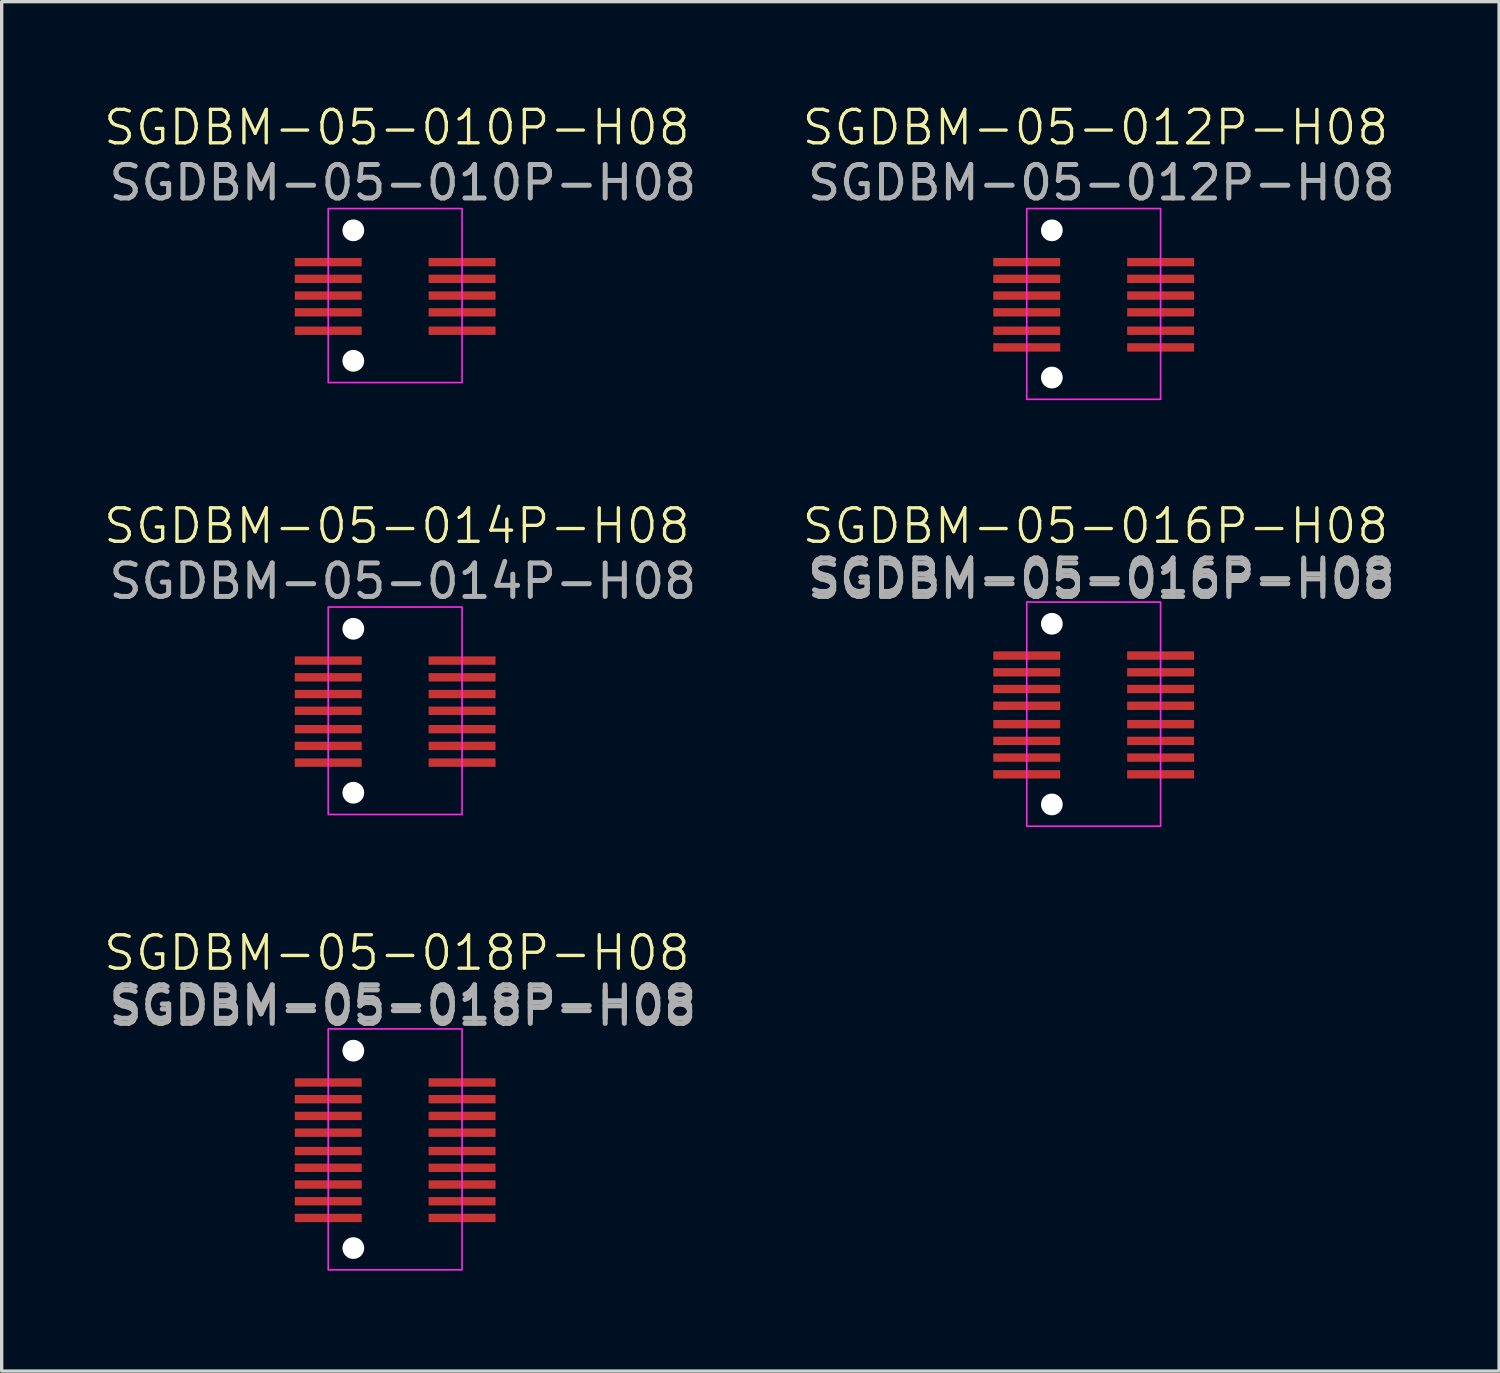
<source format=kicad_pcb>
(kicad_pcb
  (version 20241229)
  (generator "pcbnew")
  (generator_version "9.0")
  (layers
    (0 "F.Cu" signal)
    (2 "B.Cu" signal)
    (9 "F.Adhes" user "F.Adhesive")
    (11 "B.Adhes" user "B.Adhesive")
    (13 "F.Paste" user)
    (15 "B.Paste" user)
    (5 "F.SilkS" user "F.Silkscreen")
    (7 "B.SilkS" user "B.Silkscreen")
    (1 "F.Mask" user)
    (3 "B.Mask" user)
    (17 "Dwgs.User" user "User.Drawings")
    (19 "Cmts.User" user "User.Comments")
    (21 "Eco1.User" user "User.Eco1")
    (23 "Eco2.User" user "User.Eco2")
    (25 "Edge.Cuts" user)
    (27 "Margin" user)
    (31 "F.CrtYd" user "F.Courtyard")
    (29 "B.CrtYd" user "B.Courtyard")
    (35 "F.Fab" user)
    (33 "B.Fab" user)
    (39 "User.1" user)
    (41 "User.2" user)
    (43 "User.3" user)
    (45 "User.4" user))
  (footprint "SGDBM-05-010P-H08"
    (layer "F.Cu")
    (at 6.76 3.184)
    (property "Reference" "SGDBM-05-010P-H08" (at 2.052 -2.423 0) (unlocked yes) (layer "F.SilkS") (effects (font (size 1 1) (thickness 0.1))))
    (attr smd)
    (fp_rect (start 0 0) (end 4 5.2) (stroke (width 0.05) (type default)) (fill no) (layer "F.CrtYd"))
    (fp_text user "${REFERENCE}" (at 2.23 -0.772 0) (unlocked yes) (layer "F.Fab") (effects (font (size 1 1) (thickness 0.15))))
    (pad "" np_thru_hole circle (at 0.75 0.65) (size 0.65 0.65) (drill 0.65) (layers "*.Cu" "*.Mask"))
    (pad "" np_thru_hole circle (at 0.75 4.55) (size 0.65 0.65) (drill 0.65) (layers "*.Cu" "*.Mask"))
    (pad "1" smd rect (at 0 1.6 90) (size 0.25 2) (layers "F.Cu" "F.Mask" "F.Paste"))
    (pad "2" smd rect (at 4 1.6 90) (size 0.25 2) (layers "F.Cu" "F.Mask" "F.Paste"))
    (pad "3" smd rect (at 0 2.1 90) (size 0.25 2) (layers "F.Cu" "F.Mask" "F.Paste"))
    (pad "4" smd rect (at 4 2.1 90) (size 0.25 2) (layers "F.Cu" "F.Mask" "F.Paste"))
    (pad "5" smd rect (at 0 2.6 90) (size 0.25 2) (layers "F.Cu" "F.Mask" "F.Paste"))
    (pad "6" smd rect (at 4 2.6 90) (size 0.25 2) (layers "F.Cu" "F.Mask" "F.Paste"))
    (pad "7" smd rect (at 0 3.1 90) (size 0.25 2) (layers "F.Cu" "F.Mask" "F.Paste"))
    (pad "8" smd rect (at 4 3.1 90) (size 0.25 2) (layers "F.Cu" "F.Mask" "F.Paste"))
    (pad "9" smd rect (at 0 3.65 90) (size 0.25 2) (layers "F.Cu" "F.Mask" "F.Paste"))
    (pad "10" smd rect (at 4 3.65 90) (size 0.25 2) (layers "F.Cu" "F.Mask" "F.Paste")))
  (footprint "SGDBM-05-018P-H08"
    (layer "F.Cu")
    (at 6.76 27.702)
    (property "Reference" "SGDBM-05-018P-H08" (at 2.052 -2.273 0) (unlocked yes) (layer "F.SilkS") (effects (font (size 1 1) (thickness 0.1))))
    (attr smd)
    (fp_rect (start 0 0) (end 4 7.2) (stroke (width 0.05) (type default)) (fill no) (layer "F.CrtYd"))
    (fp_text user "${REFERENCE}" (at 2.23 -0.622 0) (unlocked yes) (layer "F.Fab") (effects (font (size 1 1) (thickness 0.15))))
    (fp_text user "${REFERENCE}" (at 2.23 -0.772 0) (unlocked yes) (layer "F.Fab") (effects (font (size 1 1) (thickness 0.15))))
    (pad "" np_thru_hole circle (at 0.75 0.65) (size 0.65 0.65) (drill 0.65) (layers "*.Cu" "*.Mask"))
    (pad "" np_thru_hole circle (at 0.75 6.55) (size 0.65 0.65) (drill 0.65) (layers "*.Cu" "*.Mask"))
    (pad "1" smd rect (at 0 1.6 90) (size 0.25 2) (layers "F.Cu" "F.Mask" "F.Paste"))
    (pad "2" smd rect (at 4 1.6 90) (size 0.25 2) (layers "F.Cu" "F.Mask" "F.Paste"))
    (pad "3" smd rect (at 0 2.1 90) (size 0.25 2) (layers "F.Cu" "F.Mask" "F.Paste"))
    (pad "4" smd rect (at 4 2.1 90) (size 0.25 2) (layers "F.Cu" "F.Mask" "F.Paste"))
    (pad "5" smd rect (at 0 2.6 90) (size 0.25 2) (layers "F.Cu" "F.Mask" "F.Paste"))
    (pad "6" smd rect (at 4 2.6 90) (size 0.25 2) (layers "F.Cu" "F.Mask" "F.Paste"))
    (pad "7" smd rect (at 0 3.1 90) (size 0.25 2) (layers "F.Cu" "F.Mask" "F.Paste"))
    (pad "8" smd rect (at 4 3.1 90) (size 0.25 2) (layers "F.Cu" "F.Mask" "F.Paste"))
    (pad "9" smd rect (at 0 3.65 90) (size 0.25 2) (layers "F.Cu" "F.Mask" "F.Paste"))
    (pad "10" smd rect (at 4 3.65 90) (size 0.25 2) (layers "F.Cu" "F.Mask" "F.Paste"))
    (pad "11" smd rect (at 0 4.15 90) (size 0.25 2) (layers "F.Cu" "F.Mask" "F.Paste"))
    (pad "12" smd rect (at 4 4.15 90) (size 0.25 2) (layers "F.Cu" "F.Mask" "F.Paste"))
    (pad "13" smd rect (at 0 4.65 90) (size 0.25 2) (layers "F.Cu" "F.Mask" "F.Paste"))
    (pad "14" smd rect (at 4 4.65 90) (size 0.25 2) (layers "F.Cu" "F.Mask" "F.Paste"))
    (pad "15" smd rect (at 0 5.15 90) (size 0.25 2) (layers "F.Cu" "F.Mask" "F.Paste"))
    (pad "16" smd rect (at 4 5.15 90) (size 0.25 2) (layers "F.Cu" "F.Mask" "F.Paste"))
    (pad "17" smd rect (at 0 5.65 90) (size 0.25 2) (layers "F.Cu" "F.Mask" "F.Paste"))
    (pad "18" smd rect (at 4 5.65 90) (size 0.25 2) (layers "F.Cu" "F.Mask" "F.Paste")))
  (footprint "SGDBM-05-012P-H08"
    (layer "F.Cu")
    (at 27.637 3.184)
    (property "Reference" "SGDBM-05-012P-H08" (at 2.052 -2.423 0) (unlocked yes) (layer "F.SilkS") (effects (font (size 1 1) (thickness 0.1))))
    (attr smd)
    (fp_rect (start 0 0) (end 4 5.7) (stroke (width 0.05) (type default)) (fill no) (layer "F.CrtYd"))
    (fp_text user "${REFERENCE}" (at 2.23 -0.772 0) (unlocked yes) (layer "F.Fab") (effects (font (size 1 1) (thickness 0.15))))
    (pad "" np_thru_hole circle (at 0.75 0.65) (size 0.65 0.65) (drill 0.65) (layers "*.Cu" "*.Mask"))
    (pad "" np_thru_hole circle (at 0.75 5.05) (size 0.65 0.65) (drill 0.65) (layers "*.Cu" "*.Mask"))
    (pad "1" smd rect (at 0 1.6 90) (size 0.25 2) (layers "F.Cu" "F.Mask" "F.Paste"))
    (pad "2" smd rect (at 4 1.6 90) (size 0.25 2) (layers "F.Cu" "F.Mask" "F.Paste"))
    (pad "3" smd rect (at 0 2.1 90) (size 0.25 2) (layers "F.Cu" "F.Mask" "F.Paste"))
    (pad "4" smd rect (at 4 2.1 90) (size 0.25 2) (layers "F.Cu" "F.Mask" "F.Paste"))
    (pad "5" smd rect (at 0 2.6 90) (size 0.25 2) (layers "F.Cu" "F.Mask" "F.Paste"))
    (pad "6" smd rect (at 4 2.6 90) (size 0.25 2) (layers "F.Cu" "F.Mask" "F.Paste"))
    (pad "7" smd rect (at 0 3.1 90) (size 0.25 2) (layers "F.Cu" "F.Mask" "F.Paste"))
    (pad "8" smd rect (at 4 3.1 90) (size 0.25 2) (layers "F.Cu" "F.Mask" "F.Paste"))
    (pad "9" smd rect (at 0 3.65 90) (size 0.25 2) (layers "F.Cu" "F.Mask" "F.Paste"))
    (pad "10" smd rect (at 4 3.65 90) (size 0.25 2) (layers "F.Cu" "F.Mask" "F.Paste"))
    (pad "11" smd rect (at 0 4.15 90) (size 0.25 2) (layers "F.Cu" "F.Mask" "F.Paste"))
    (pad "12" smd rect (at 4 4.15 90) (size 0.25 2) (layers "F.Cu" "F.Mask" "F.Paste")))
  (footprint "SGDBM-05-016P-H08"
    (layer "F.Cu")
    (at 27.637 16.543)
    (property "Reference" "SGDBM-05-016P-H08" (at 2.052 -3.873 0) (unlocked yes) (layer "F.SilkS") (effects (font (size 1 1) (thickness 0.1))))
    (attr smd)
    (fp_rect (start 0 -1.6) (end 4 5.1) (stroke (width 0.05) (type default)) (fill no) (layer "F.CrtYd"))
    (fp_text user "${REFERENCE}" (at 2.23 -2.222 0) (unlocked yes) (layer "F.Fab") (effects (font (size 1 1) (thickness 0.15))))
    (fp_text user "${REFERENCE}" (at 2.23 -2.372 0) (unlocked yes) (layer "F.Fab") (effects (font (size 1 1) (thickness 0.15))))
    (pad "" np_thru_hole circle (at 0.75 -0.95) (size 0.65 0.65) (drill 0.65) (layers "*.Cu" "*.Mask"))
    (pad "" np_thru_hole circle (at 0.75 4.45) (size 0.65 0.65) (drill 0.65) (layers "*.Cu" "*.Mask"))
    (pad "1" smd rect (at 0 0 90) (size 0.25 2) (layers "F.Cu" "F.Mask" "F.Paste"))
    (pad "2" smd rect (at 4 0 90) (size 0.25 2) (layers "F.Cu" "F.Mask" "F.Paste"))
    (pad "3" smd rect (at 0 0.5 90) (size 0.25 2) (layers "F.Cu" "F.Mask" "F.Paste"))
    (pad "4" smd rect (at 4 0.5 90) (size 0.25 2) (layers "F.Cu" "F.Mask" "F.Paste"))
    (pad "5" smd rect (at 0 1 90) (size 0.25 2) (layers "F.Cu" "F.Mask" "F.Paste"))
    (pad "6" smd rect (at 4 1 90) (size 0.25 2) (layers "F.Cu" "F.Mask" "F.Paste"))
    (pad "7" smd rect (at 0 1.5 90) (size 0.25 2) (layers "F.Cu" "F.Mask" "F.Paste"))
    (pad "8" smd rect (at 4 1.5 90) (size 0.25 2) (layers "F.Cu" "F.Mask" "F.Paste"))
    (pad "9" smd rect (at 0 2.05 90) (size 0.25 2) (layers "F.Cu" "F.Mask" "F.Paste"))
    (pad "10" smd rect (at 4 2.05 90) (size 0.25 2) (layers "F.Cu" "F.Mask" "F.Paste"))
    (pad "11" smd rect (at 0 2.55 90) (size 0.25 2) (layers "F.Cu" "F.Mask" "F.Paste"))
    (pad "12" smd rect (at 4 2.55 90) (size 0.25 2) (layers "F.Cu" "F.Mask" "F.Paste"))
    (pad "13" smd rect (at 0 3.05 90) (size 0.25 2) (layers "F.Cu" "F.Mask" "F.Paste"))
    (pad "14" smd rect (at 4 3.05 90) (size 0.25 2) (layers "F.Cu" "F.Mask" "F.Paste"))
    (pad "15" smd rect (at 0 3.55 90) (size 0.25 2) (layers "F.Cu" "F.Mask" "F.Paste"))
    (pad "16" smd rect (at 4 3.55 90) (size 0.25 2) (layers "F.Cu" "F.Mask" "F.Paste")))
  (footprint "SGDBM-05-014P-H08"
    (layer "F.Cu")
    (at 6.76 15.093)
    (property "Reference" "SGDBM-05-014P-H08" (at 2.052 -2.423 0) (unlocked yes) (layer "F.SilkS") (effects (font (size 1 1) (thickness 0.1))))
    (attr smd)
    (fp_rect (start 0 0) (end 4 6.2) (stroke (width 0.05) (type default)) (fill no) (layer "F.CrtYd"))
    (fp_text user "${REFERENCE}" (at 2.23 -0.772 0) (unlocked yes) (layer "F.Fab") (effects (font (size 1 1) (thickness 0.15))))
    (pad "" np_thru_hole circle (at 0.75 0.65) (size 0.65 0.65) (drill 0.65) (layers "*.Cu" "*.Mask"))
    (pad "" np_thru_hole circle (at 0.75 5.55) (size 0.65 0.65) (drill 0.65) (layers "*.Cu" "*.Mask"))
    (pad "1" smd rect (at 0 1.6 90) (size 0.25 2) (layers "F.Cu" "F.Mask" "F.Paste"))
    (pad "2" smd rect (at 4 1.6 90) (size 0.25 2) (layers "F.Cu" "F.Mask" "F.Paste"))
    (pad "3" smd rect (at 0 2.1 90) (size 0.25 2) (layers "F.Cu" "F.Mask" "F.Paste"))
    (pad "4" smd rect (at 4 2.1 90) (size 0.25 2) (layers "F.Cu" "F.Mask" "F.Paste"))
    (pad "5" smd rect (at 0 2.6 90) (size 0.25 2) (layers "F.Cu" "F.Mask" "F.Paste"))
    (pad "6" smd rect (at 4 2.6 90) (size 0.25 2) (layers "F.Cu" "F.Mask" "F.Paste"))
    (pad "7" smd rect (at 0 3.1 90) (size 0.25 2) (layers "F.Cu" "F.Mask" "F.Paste"))
    (pad "8" smd rect (at 4 3.1 90) (size 0.25 2) (layers "F.Cu" "F.Mask" "F.Paste"))
    (pad "9" smd rect (at 0 3.65 90) (size 0.25 2) (layers "F.Cu" "F.Mask" "F.Paste"))
    (pad "10" smd rect (at 4 3.65 90) (size 0.25 2) (layers "F.Cu" "F.Mask" "F.Paste"))
    (pad "11" smd rect (at 0 4.15 90) (size 0.25 2) (layers "F.Cu" "F.Mask" "F.Paste"))
    (pad "12" smd rect (at 4 4.15 90) (size 0.25 2) (layers "F.Cu" "F.Mask" "F.Paste"))
    (pad "13" smd rect (at 0 4.65 90) (size 0.25 2) (layers "F.Cu" "F.Mask" "F.Paste"))
    (pad "14" smd rect (at 4 4.65 90) (size 0.25 2) (layers "F.Cu" "F.Mask" "F.Paste")))
  (gr_rect
    (start -3 -3)
    (end 41.753 37.927)
    (stroke (width 0.1) (type default))
    (fill no)
    (layer "Edge.Cuts")))
</source>
